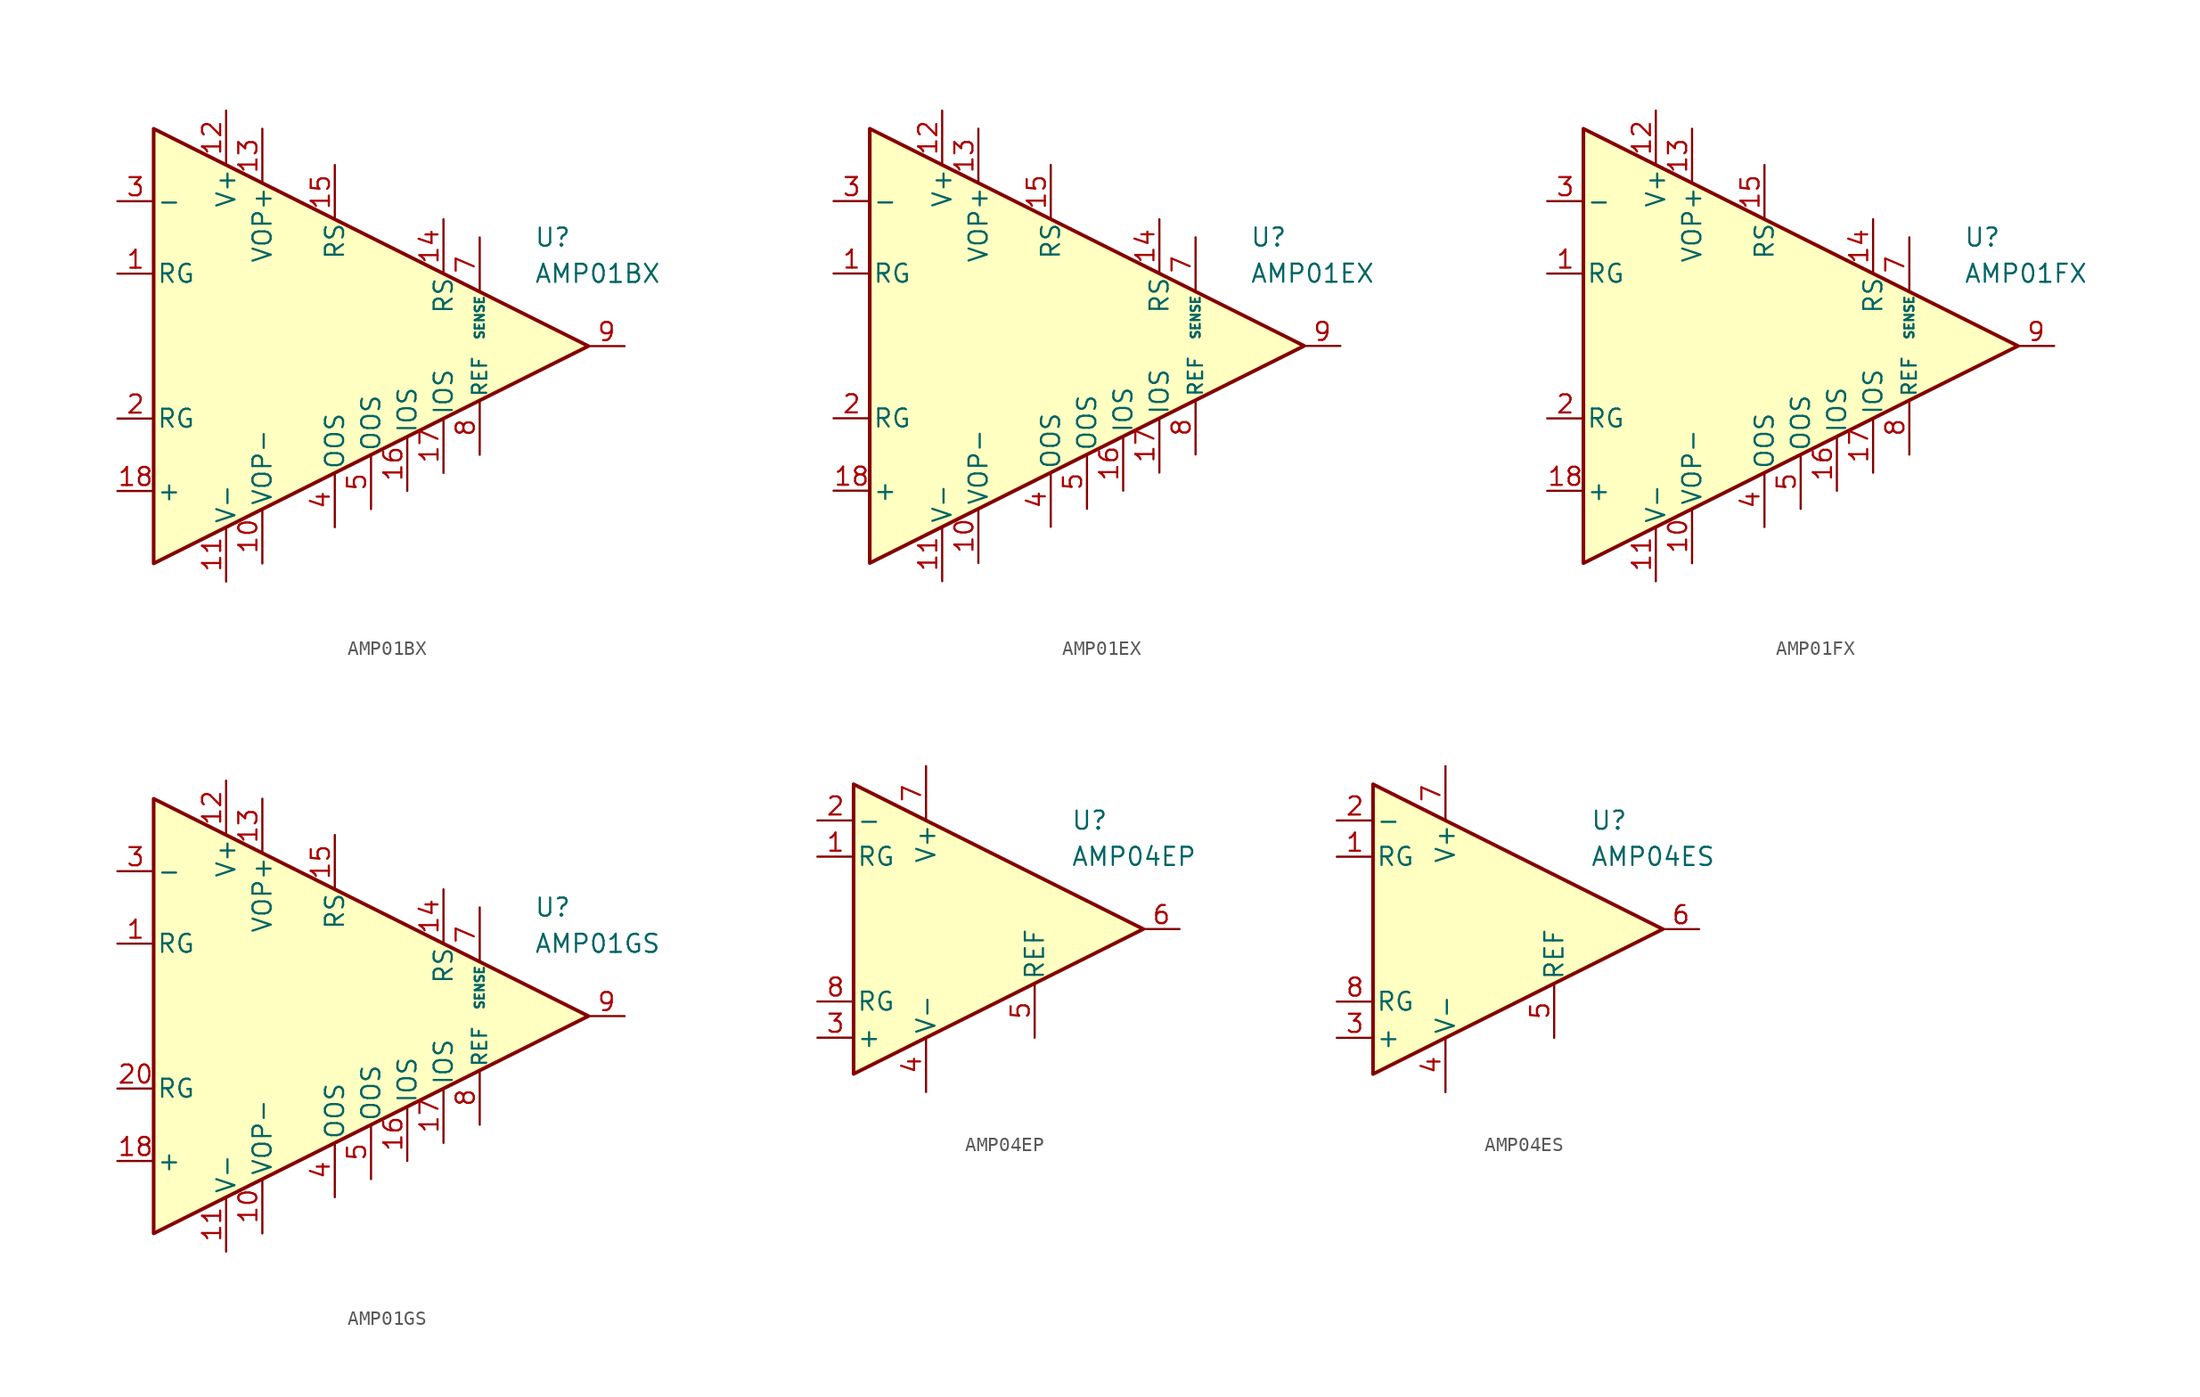
<source format=kicad_sym>
(kicad_symbol_lib
  (version 20211014)
  (generator kicad_symbol_editor)
  (symbol "AMP01BX"
    (pin_names
      (offset 0.2))
    (property "Reference" "U"
      (at 17.78 7.62 0)
      (effects (font (size 1.27 1.27)) (justify left)))
    (property "Value" "AMP01BX"
      (at 17.78 5.08 0)
      (effects (font (size 1.27 1.27)) (justify left)))
    (symbol "AMP01BX_0_1"
      (polyline (pts (xy -8.89 15.24) (xy -8.89 -15.24) (xy 21.59 0) (xy -8.89 15.24)) (stroke (width 0.254) (type default) (color 0 0 0 0)) (fill (type background))))
    (symbol "AMP01BX_1_1"
      (pin passive line (at -11.43 5.08 0) (length 2.54) (name "RG" (effects (font (size 1.27 1.27)))) (number "1" (effects (font (size 1.27 1.27)))))
      (pin power_in line (at -1.27 -15.24 90) (length 3.81) (name "VOP-" (effects (font (size 1.27 1.27)))) (number "10" (effects (font (size 1.27 1.27)))))
      (pin power_in line (at -3.81 -16.51 90) (length 3.81) (name "V-" (effects (font (size 1.27 1.27)))) (number "11" (effects (font (size 1.27 1.27)))))
      (pin power_in line (at -3.81 16.51 270) (length 3.81) (name "V+" (effects (font (size 1.27 1.27)))) (number "12" (effects (font (size 1.27 1.27)))))
      (pin power_in line (at -1.27 15.24 270) (length 3.81) (name "VOP+" (effects (font (size 1.27 1.27)))) (number "13" (effects (font (size 1.27 1.27)))))
      (pin passive line (at 11.43 8.89 270) (length 3.81) (name "RS" (effects (font (size 1.27 1.27)))) (number "14" (effects (font (size 1.27 1.27)))))
      (pin passive line (at 3.81 12.7 270) (length 3.81) (name "RS" (effects (font (size 1.27 1.27)))) (number "15" (effects (font (size 1.27 1.27)))))
      (pin passive line (at 8.89 -10.16 90) (length 3.81) (name "IOS" (effects (font (size 1.27 1.27)))) (number "16" (effects (font (size 1.27 1.27)))))
      (pin passive line (at 11.43 -8.89 90) (length 3.81) (name "IOS" (effects (font (size 1.27 1.27)))) (number "17" (effects (font (size 1.27 1.27)))))
      (pin input line (at -11.43 -10.16 0) (length 2.54) (name "+" (effects (font (size 1.27 1.27)))) (number "18" (effects (font (size 1.27 1.27)))))
      (pin passive line (at -11.43 -5.08 0) (length 2.54) (name "RG" (effects (font (size 1.27 1.27)))) (number "2" (effects (font (size 1.27 1.27)))))
      (pin input line (at -11.43 10.16 0) (length 2.54) (name "-" (effects (font (size 1.27 1.27)))) (number "3" (effects (font (size 1.27 1.27)))))
      (pin passive line (at 3.81 -12.7 90) (length 3.81) (name "OOS" (effects (font (size 1.27 1.27)))) (number "4" (effects (font (size 1.27 1.27)))))
      (pin passive line (at 6.35 -11.43 90) (length 3.81) (name "OOS" (effects (font (size 1.27 1.27)))) (number "5" (effects (font (size 1.27 1.27)))))
      (pin no_connect line (at 0 0 0) (length 2.54) hide (name "NC" (effects (font (size 1.27 1.27)))) (number "6" (effects (font (size 1.27 1.27)))))
      (pin input line (at 13.97 7.62 270) (length 3.81) (name "SENSE" (effects (font (size 0.635 0.635)))) (number "7" (effects (font (size 1.27 1.27)))))
      (pin input line (at 13.97 -7.62 90) (length 3.81) (name "REF" (effects (font (size 1 1)))) (number "8" (effects (font (size 1.27 1.27)))))
      (pin output line (at 24.13 0 180) (length 2.54) (name "~" (effects (font (size 1.27 1.27)))) (number "9" (effects (font (size 1.27 1.27)))))))
  (symbol "AMP01EX"
    (pin_names
      (offset 0.2))
    (property "Reference" "U"
      (at 17.78 7.62 0)
      (effects (font (size 1.27 1.27)) (justify left)))
    (property "Value" "AMP01EX"
      (at 17.78 5.08 0)
      (effects (font (size 1.27 1.27)) (justify left)))
    (symbol "AMP01EX_0_1"
      (polyline (pts (xy -8.89 15.24) (xy -8.89 -15.24) (xy 21.59 0) (xy -8.89 15.24)) (stroke (width 0.254) (type default) (color 0 0 0 0)) (fill (type background))))
    (symbol "AMP01EX_1_1"
      (pin passive line (at -11.43 5.08 0) (length 2.54) (name "RG" (effects (font (size 1.27 1.27)))) (number "1" (effects (font (size 1.27 1.27)))))
      (pin power_in line (at -1.27 -15.24 90) (length 3.81) (name "VOP-" (effects (font (size 1.27 1.27)))) (number "10" (effects (font (size 1.27 1.27)))))
      (pin power_in line (at -3.81 -16.51 90) (length 3.81) (name "V-" (effects (font (size 1.27 1.27)))) (number "11" (effects (font (size 1.27 1.27)))))
      (pin power_in line (at -3.81 16.51 270) (length 3.81) (name "V+" (effects (font (size 1.27 1.27)))) (number "12" (effects (font (size 1.27 1.27)))))
      (pin power_in line (at -1.27 15.24 270) (length 3.81) (name "VOP+" (effects (font (size 1.27 1.27)))) (number "13" (effects (font (size 1.27 1.27)))))
      (pin passive line (at 11.43 8.89 270) (length 3.81) (name "RS" (effects (font (size 1.27 1.27)))) (number "14" (effects (font (size 1.27 1.27)))))
      (pin passive line (at 3.81 12.7 270) (length 3.81) (name "RS" (effects (font (size 1.27 1.27)))) (number "15" (effects (font (size 1.27 1.27)))))
      (pin passive line (at 8.89 -10.16 90) (length 3.81) (name "IOS" (effects (font (size 1.27 1.27)))) (number "16" (effects (font (size 1.27 1.27)))))
      (pin passive line (at 11.43 -8.89 90) (length 3.81) (name "IOS" (effects (font (size 1.27 1.27)))) (number "17" (effects (font (size 1.27 1.27)))))
      (pin input line (at -11.43 -10.16 0) (length 2.54) (name "+" (effects (font (size 1.27 1.27)))) (number "18" (effects (font (size 1.27 1.27)))))
      (pin passive line (at -11.43 -5.08 0) (length 2.54) (name "RG" (effects (font (size 1.27 1.27)))) (number "2" (effects (font (size 1.27 1.27)))))
      (pin input line (at -11.43 10.16 0) (length 2.54) (name "-" (effects (font (size 1.27 1.27)))) (number "3" (effects (font (size 1.27 1.27)))))
      (pin passive line (at 3.81 -12.7 90) (length 3.81) (name "OOS" (effects (font (size 1.27 1.27)))) (number "4" (effects (font (size 1.27 1.27)))))
      (pin passive line (at 6.35 -11.43 90) (length 3.81) (name "OOS" (effects (font (size 1.27 1.27)))) (number "5" (effects (font (size 1.27 1.27)))))
      (pin no_connect line (at 0 0 0) (length 2.54) hide (name "NC" (effects (font (size 1.27 1.27)))) (number "6" (effects (font (size 1.27 1.27)))))
      (pin input line (at 13.97 7.62 270) (length 3.81) (name "SENSE" (effects (font (size 0.635 0.635)))) (number "7" (effects (font (size 1.27 1.27)))))
      (pin input line (at 13.97 -7.62 90) (length 3.81) (name "REF" (effects (font (size 1 1)))) (number "8" (effects (font (size 1.27 1.27)))))
      (pin output line (at 24.13 0 180) (length 2.54) (name "~" (effects (font (size 1.27 1.27)))) (number "9" (effects (font (size 1.27 1.27)))))))
  (symbol "AMP01FX"
    (pin_names
      (offset 0.2))
    (property "Reference" "U"
      (at 17.78 7.62 0)
      (effects (font (size 1.27 1.27)) (justify left)))
    (property "Value" "AMP01FX"
      (at 17.78 5.08 0)
      (effects (font (size 1.27 1.27)) (justify left)))
    (symbol "AMP01FX_0_1"
      (polyline (pts (xy -8.89 15.24) (xy -8.89 -15.24) (xy 21.59 0) (xy -8.89 15.24)) (stroke (width 0.254) (type default) (color 0 0 0 0)) (fill (type background))))
    (symbol "AMP01FX_1_1"
      (pin passive line (at -11.43 5.08 0) (length 2.54) (name "RG" (effects (font (size 1.27 1.27)))) (number "1" (effects (font (size 1.27 1.27)))))
      (pin power_in line (at -1.27 -15.24 90) (length 3.81) (name "VOP-" (effects (font (size 1.27 1.27)))) (number "10" (effects (font (size 1.27 1.27)))))
      (pin power_in line (at -3.81 -16.51 90) (length 3.81) (name "V-" (effects (font (size 1.27 1.27)))) (number "11" (effects (font (size 1.27 1.27)))))
      (pin power_in line (at -3.81 16.51 270) (length 3.81) (name "V+" (effects (font (size 1.27 1.27)))) (number "12" (effects (font (size 1.27 1.27)))))
      (pin power_in line (at -1.27 15.24 270) (length 3.81) (name "VOP+" (effects (font (size 1.27 1.27)))) (number "13" (effects (font (size 1.27 1.27)))))
      (pin passive line (at 11.43 8.89 270) (length 3.81) (name "RS" (effects (font (size 1.27 1.27)))) (number "14" (effects (font (size 1.27 1.27)))))
      (pin passive line (at 3.81 12.7 270) (length 3.81) (name "RS" (effects (font (size 1.27 1.27)))) (number "15" (effects (font (size 1.27 1.27)))))
      (pin passive line (at 8.89 -10.16 90) (length 3.81) (name "IOS" (effects (font (size 1.27 1.27)))) (number "16" (effects (font (size 1.27 1.27)))))
      (pin passive line (at 11.43 -8.89 90) (length 3.81) (name "IOS" (effects (font (size 1.27 1.27)))) (number "17" (effects (font (size 1.27 1.27)))))
      (pin input line (at -11.43 -10.16 0) (length 2.54) (name "+" (effects (font (size 1.27 1.27)))) (number "18" (effects (font (size 1.27 1.27)))))
      (pin passive line (at -11.43 -5.08 0) (length 2.54) (name "RG" (effects (font (size 1.27 1.27)))) (number "2" (effects (font (size 1.27 1.27)))))
      (pin input line (at -11.43 10.16 0) (length 2.54) (name "-" (effects (font (size 1.27 1.27)))) (number "3" (effects (font (size 1.27 1.27)))))
      (pin passive line (at 3.81 -12.7 90) (length 3.81) (name "OOS" (effects (font (size 1.27 1.27)))) (number "4" (effects (font (size 1.27 1.27)))))
      (pin passive line (at 6.35 -11.43 90) (length 3.81) (name "OOS" (effects (font (size 1.27 1.27)))) (number "5" (effects (font (size 1.27 1.27)))))
      (pin no_connect line (at 0 0 0) (length 2.54) hide (name "NC" (effects (font (size 1.27 1.27)))) (number "6" (effects (font (size 1.27 1.27)))))
      (pin input line (at 13.97 7.62 270) (length 3.81) (name "SENSE" (effects (font (size 0.635 0.635)))) (number "7" (effects (font (size 1.27 1.27)))))
      (pin input line (at 13.97 -7.62 90) (length 3.81) (name "REF" (effects (font (size 1 1)))) (number "8" (effects (font (size 1.27 1.27)))))
      (pin output line (at 24.13 0 180) (length 2.54) (name "~" (effects (font (size 1.27 1.27)))) (number "9" (effects (font (size 1.27 1.27)))))))
  (symbol "AMP01GS"
    (pin_names
      (offset 0.2))
    (property "Reference" "U"
      (at 17.78 7.62 0)
      (effects (font (size 1.27 1.27)) (justify left)))
    (property "Value" "AMP01GS"
      (at 17.78 5.08 0)
      (effects (font (size 1.27 1.27)) (justify left)))
    (symbol "AMP01GS_0_1"
      (polyline (pts (xy -8.89 15.24) (xy -8.89 -15.24) (xy 21.59 0) (xy -8.89 15.24)) (stroke (width 0.254) (type default) (color 0 0 0 0)) (fill (type background))))
    (symbol "AMP01GS_1_1"
      (pin passive line (at -11.43 5.08 0) (length 2.54) (name "RG" (effects (font (size 1.27 1.27)))) (number "1" (effects (font (size 1.27 1.27)))))
      (pin power_in line (at -1.27 -15.24 90) (length 3.81) (name "VOP-" (effects (font (size 1.27 1.27)))) (number "10" (effects (font (size 1.27 1.27)))))
      (pin power_in line (at -3.81 -16.51 90) (length 3.81) (name "V-" (effects (font (size 1.27 1.27)))) (number "11" (effects (font (size 1.27 1.27)))))
      (pin power_in line (at -3.81 16.51 270) (length 3.81) (name "V+" (effects (font (size 1.27 1.27)))) (number "12" (effects (font (size 1.27 1.27)))))
      (pin power_in line (at -1.27 15.24 270) (length 3.81) (name "VOP+" (effects (font (size 1.27 1.27)))) (number "13" (effects (font (size 1.27 1.27)))))
      (pin passive line (at 11.43 8.89 270) (length 3.81) (name "RS" (effects (font (size 1.27 1.27)))) (number "14" (effects (font (size 1.27 1.27)))))
      (pin passive line (at 3.81 12.7 270) (length 3.81) (name "RS" (effects (font (size 1.27 1.27)))) (number "15" (effects (font (size 1.27 1.27)))))
      (pin passive line (at 8.89 -10.16 90) (length 3.81) (name "IOS" (effects (font (size 1.27 1.27)))) (number "16" (effects (font (size 1.27 1.27)))))
      (pin passive line (at 11.43 -8.89 90) (length 3.81) (name "IOS" (effects (font (size 1.27 1.27)))) (number "17" (effects (font (size 1.27 1.27)))))
      (pin input line (at -11.43 -10.16 0) (length 2.54) (name "+" (effects (font (size 1.27 1.27)))) (number "18" (effects (font (size 1.27 1.27)))))
      (pin no_connect line (at -1.27 -2.54 0) (length 2.54) hide (name "NC" (effects (font (size 1.27 1.27)))) (number "19" (effects (font (size 1.27 1.27)))))
      (pin no_connect line (at -1.27 2.54 0) (length 2.54) hide (name "NC" (effects (font (size 1.27 1.27)))) (number "2" (effects (font (size 1.27 1.27)))))
      (pin passive line (at -11.43 -5.08 0) (length 2.54) (name "RG" (effects (font (size 1.27 1.27)))) (number "20" (effects (font (size 1.27 1.27)))))
      (pin input line (at -11.43 10.16 0) (length 2.54) (name "-" (effects (font (size 1.27 1.27)))) (number "3" (effects (font (size 1.27 1.27)))))
      (pin passive line (at 3.81 -12.7 90) (length 3.81) (name "OOS" (effects (font (size 1.27 1.27)))) (number "4" (effects (font (size 1.27 1.27)))))
      (pin passive line (at 6.35 -11.43 90) (length 3.81) (name "OOS" (effects (font (size 1.27 1.27)))) (number "5" (effects (font (size 1.27 1.27)))))
      (pin no_connect line (at -1.27 0 0) (length 2.54) hide (name "NC" (effects (font (size 1.27 1.27)))) (number "6" (effects (font (size 1.27 1.27)))))
      (pin input line (at 13.97 7.62 270) (length 3.81) (name "SENSE" (effects (font (size 0.635 0.635)))) (number "7" (effects (font (size 1.27 1.27)))))
      (pin input line (at 13.97 -7.62 90) (length 3.81) (name "REF" (effects (font (size 1 1)))) (number "8" (effects (font (size 1.27 1.27)))))
      (pin output line (at 24.13 0 180) (length 2.54) (name "~" (effects (font (size 1.27 1.27)))) (number "9" (effects (font (size 1.27 1.27)))))))
  (symbol "AMP04EP"
    (pin_names
      (offset 0.2))
    (property "Reference" "U"
      (at 6.35 7.62 0)
      (effects (font (size 1.27 1.27)) (justify left)))
    (property "Value" "AMP04EP"
      (at 6.35 5.08 0)
      (effects (font (size 1.27 1.27)) (justify left)))
    (symbol "AMP04EP_0_1"
      (polyline (pts (xy -8.89 10.16) (xy -8.89 -10.16) (xy 11.43 0) (xy -8.89 10.16)) (stroke (width 0.254) (type default) (color 0 0 0 0)) (fill (type background))))
    (symbol "AMP04EP_1_1"
      (pin passive line (at -11.43 5.08 0) (length 2.54) (name "RG" (effects (font (size 1.27 1.27)))) (number "1" (effects (font (size 1.27 1.27)))))
      (pin input line (at -11.43 7.62 0) (length 2.54) (name "-" (effects (font (size 1.27 1.27)))) (number "2" (effects (font (size 1.27 1.27)))))
      (pin input line (at -11.43 -7.62 0) (length 2.54) (name "+" (effects (font (size 1.27 1.27)))) (number "3" (effects (font (size 1.27 1.27)))))
      (pin power_in line (at -3.81 -11.43 90) (length 3.81) (name "V-" (effects (font (size 1.27 1.27)))) (number "4" (effects (font (size 1.27 1.27)))))
      (pin input line (at 3.81 -7.62 90) (length 3.81) (name "REF" (effects (font (size 1.27 1.27)))) (number "5" (effects (font (size 1.27 1.27)))))
      (pin output line (at 13.97 0 180) (length 2.54) (name "~" (effects (font (size 1.27 1.27)))) (number "6" (effects (font (size 1.27 1.27)))))
      (pin power_in line (at -3.81 11.43 270) (length 3.81) (name "V+" (effects (font (size 1.27 1.27)))) (number "7" (effects (font (size 1.27 1.27)))))
      (pin passive line (at -11.43 -5.08 0) (length 2.54) (name "RG" (effects (font (size 1.27 1.27)))) (number "8" (effects (font (size 1.27 1.27)))))))
  (symbol "AMP04ES"
    (pin_names
      (offset 0.2))
    (property "Reference" "U"
      (at 6.35 7.62 0)
      (effects (font (size 1.27 1.27)) (justify left)))
    (property "Value" "AMP04ES"
      (at 6.35 5.08 0)
      (effects (font (size 1.27 1.27)) (justify left)))
    (symbol "AMP04ES_0_1"
      (polyline (pts (xy -8.89 10.16) (xy -8.89 -10.16) (xy 11.43 0) (xy -8.89 10.16)) (stroke (width 0.254) (type default) (color 0 0 0 0)) (fill (type background))))
    (symbol "AMP04ES_1_1"
      (pin passive line (at -11.43 5.08 0) (length 2.54) (name "RG" (effects (font (size 1.27 1.27)))) (number "1" (effects (font (size 1.27 1.27)))))
      (pin input line (at -11.43 7.62 0) (length 2.54) (name "-" (effects (font (size 1.27 1.27)))) (number "2" (effects (font (size 1.27 1.27)))))
      (pin input line (at -11.43 -7.62 0) (length 2.54) (name "+" (effects (font (size 1.27 1.27)))) (number "3" (effects (font (size 1.27 1.27)))))
      (pin power_in line (at -3.81 -11.43 90) (length 3.81) (name "V-" (effects (font (size 1.27 1.27)))) (number "4" (effects (font (size 1.27 1.27)))))
      (pin input line (at 3.81 -7.62 90) (length 3.81) (name "REF" (effects (font (size 1.27 1.27)))) (number "5" (effects (font (size 1.27 1.27)))))
      (pin output line (at 13.97 0 180) (length 2.54) (name "~" (effects (font (size 1.27 1.27)))) (number "6" (effects (font (size 1.27 1.27)))))
      (pin power_in line (at -3.81 11.43 270) (length 3.81) (name "V+" (effects (font (size 1.27 1.27)))) (number "7" (effects (font (size 1.27 1.27)))))
      (pin passive line (at -11.43 -5.08 0) (length 2.54) (name "RG" (effects (font (size 1.27 1.27)))) (number "8" (effects (font (size 1.27 1.27))))))))
</source>
